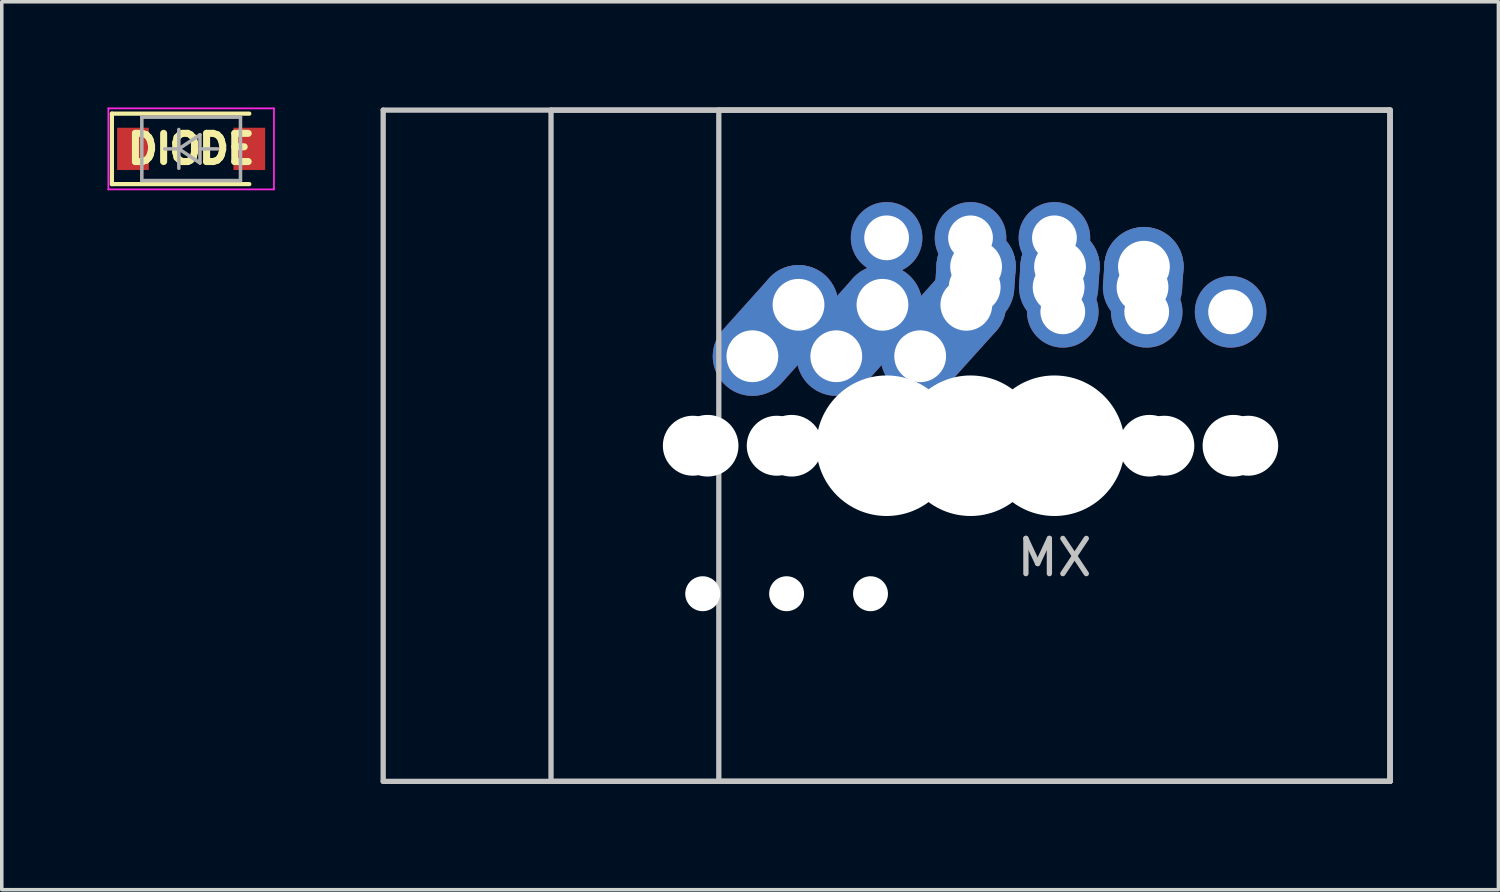
<source format=kicad_pcb>
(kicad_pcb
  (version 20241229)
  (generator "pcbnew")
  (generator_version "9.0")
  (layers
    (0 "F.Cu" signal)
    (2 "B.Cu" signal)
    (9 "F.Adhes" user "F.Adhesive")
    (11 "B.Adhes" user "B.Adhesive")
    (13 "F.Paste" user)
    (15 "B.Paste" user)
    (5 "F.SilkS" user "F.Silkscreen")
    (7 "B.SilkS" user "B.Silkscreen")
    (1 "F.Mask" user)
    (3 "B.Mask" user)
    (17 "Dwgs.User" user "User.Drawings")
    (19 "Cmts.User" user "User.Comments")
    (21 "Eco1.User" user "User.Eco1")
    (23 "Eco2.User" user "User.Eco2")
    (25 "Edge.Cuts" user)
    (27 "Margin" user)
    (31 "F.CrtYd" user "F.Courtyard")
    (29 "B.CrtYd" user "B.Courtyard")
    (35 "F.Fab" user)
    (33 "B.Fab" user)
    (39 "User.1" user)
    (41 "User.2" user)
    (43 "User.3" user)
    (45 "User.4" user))
  (footprint "DIODE"
    (layer "F.Cu")
    (at 2.375 1.175)
    (property "Reference" "DIODE" (at 0 0 0) (layer "F.SilkS") (effects (font (size 0.8 0.8) (thickness 0.2))))
    (attr smd)
    (fp_line (start -2.25 -1) (end -2.25 1) (stroke (width 0.12) (type solid)) (layer "F.SilkS"))
    (fp_line (start -2.25 -1) (end 1.65 -1) (stroke (width 0.12) (type solid)) (layer "F.SilkS"))
    (fp_line (start -2.25 1) (end 1.65 1) (stroke (width 0.12) (type solid)) (layer "F.SilkS"))
    (fp_line (start -2.35 -1.15) (end -2.35 1.15) (stroke (width 0.05) (type solid)) (layer "F.CrtYd"))
    (fp_line (start -2.35 -1.15) (end 2.35 -1.15) (stroke (width 0.05) (type solid)) (layer "F.CrtYd"))
    (fp_line (start 2.35 -1.15) (end 2.35 1.15) (stroke (width 0.05) (type solid)) (layer "F.CrtYd"))
    (fp_line (start 2.35 1.15) (end -2.35 1.15) (stroke (width 0.05) (type solid)) (layer "F.CrtYd"))
    (fp_line (start -1.4 -0.9) (end 1.4 -0.9) (stroke (width 0.1) (type solid)) (layer "F.Fab"))
    (fp_line (start -1.4 0.9) (end -1.4 -0.9) (stroke (width 0.1) (type solid)) (layer "F.Fab"))
    (fp_line (start -0.75 0) (end -0.35 0) (stroke (width 0.1) (type solid)) (layer "F.Fab"))
    (fp_line (start -0.35 0) (end -0.35 -0.55) (stroke (width 0.1) (type solid)) (layer "F.Fab"))
    (fp_line (start -0.35 0) (end -0.35 0.55) (stroke (width 0.1) (type solid)) (layer "F.Fab"))
    (fp_line (start -0.35 0) (end 0.25 -0.4) (stroke (width 0.1) (type solid)) (layer "F.Fab"))
    (fp_line (start 0.25 -0.4) (end 0.25 0.4) (stroke (width 0.1) (type solid)) (layer "F.Fab"))
    (fp_line (start 0.25 0) (end 0.75 0) (stroke (width 0.1) (type solid)) (layer "F.Fab"))
    (fp_line (start 0.25 0.4) (end -0.35 0) (stroke (width 0.1) (type solid)) (layer "F.Fab"))
    (fp_line (start 1.4 -0.9) (end 1.4 0.9) (stroke (width 0.1) (type solid)) (layer "F.Fab"))
    (fp_line (start 1.4 0.9) (end -1.4 0.9) (stroke (width 0.1) (type solid)) (layer "F.Fab"))
    (fp_text user " " (at 0 2.1 0) (layer "F.Fab") (effects (font (size 1 1) (thickness 0.15))))
    (pad "1" smd rect (at -1.65 0) (size 0.9 1.2) (layers "F.Cu" "F.Mask" "F.Paste"))
    (pad "2" smd rect (at 1.65 0) (size 0.9 1.2) (layers "F.Cu" "F.Mask" "F.Paste")))
  (footprint "MX"
    (layer "F.Cu")
    (at 26.875 9.6)
    (property "Reference" "MX" (at 0 3.175 0) (layer "Dwgs.User") (effects (font (size 1 1) (thickness 0.15))))
    (attr through_hole)
    (fp_line (start -19.05 -9.525) (end 9.525 -9.525) (stroke (width 0.15) (type solid)) (layer "Dwgs.User"))
    (fp_line (start -19.05 9.525) (end -19.05 -9.525) (stroke (width 0.15) (type solid)) (layer "Dwgs.User"))
    (fp_line (start -14.287 -9.525) (end 9.525 -9.525) (stroke (width 0.15) (type solid)) (layer "Dwgs.User"))
    (fp_line (start -14.287 9.525) (end -14.287 -9.525) (stroke (width 0.15) (type solid)) (layer "Dwgs.User"))
    (fp_line (start -9.525 -9.525) (end 9.525 -9.525) (stroke (width 0.15) (type solid)) (layer "Dwgs.User"))
    (fp_line (start -9.525 9.525) (end -9.525 -9.525) (stroke (width 0.15) (type solid)) (layer "Dwgs.User"))
    (fp_line (start 9.525 -9.525) (end 9.525 9.525) (stroke (width 0.15) (type solid)) (layer "Dwgs.User"))
    (fp_line (start 9.525 -9.525) (end 9.525 9.525) (stroke (width 0.15) (type solid)) (layer "Dwgs.User"))
    (fp_line (start 9.525 -9.525) (end 9.525 9.525) (stroke (width 0.15) (type solid)) (layer "Dwgs.User"))
    (fp_line (start 9.525 9.525) (end -19.05 9.525) (stroke (width 0.15) (type solid)) (layer "Dwgs.User"))
    (fp_line (start 9.525 9.525) (end -14.287 9.525) (stroke (width 0.15) (type solid)) (layer "Dwgs.User"))
    (fp_line (start 9.525 9.525) (end -9.525 9.525) (stroke (width 0.15) (type solid)) (layer "Dwgs.User"))
    (pad "" np_thru_hole circle (at -10.262 0) (size 1.702 1.702) (drill 1.702) (layers "*.Cu" "*.Mask"))
    (pad "" np_thru_hole circle (at -9.982 4.2 180) (size 0.991 0.991) (drill 0.991) (layers "*.Cu" "*.Mask"))
    (pad "" np_thru_hole circle (at -9.842 0 48.1) (size 1.75 1.75) (drill 1.75) (layers "*.Cu" "*.Mask"))
    (pad "" np_thru_hole circle (at -7.881 0) (size 1.702 1.702) (drill 1.702) (layers "*.Cu" "*.Mask"))
    (pad "" np_thru_hole circle (at -7.601 4.2 180) (size 0.991 0.991) (drill 0.991) (layers "*.Cu" "*.Mask"))
    (pad "" np_thru_hole circle (at -7.461 0 48.1) (size 1.75 1.75) (drill 1.75) (layers "*.Cu" "*.Mask"))
    (pad "" np_thru_hole circle (at -5.5 0) (size 1.702 1.702) (drill 1.702) (layers "*.Cu" "*.Mask"))
    (pad "" np_thru_hole circle (at -5.22 4.2 180) (size 0.991 0.991) (drill 0.991) (layers "*.Cu" "*.Mask"))
    (pad "" np_thru_hole circle (at -5.08 0 48.1) (size 1.75 1.75) (drill 1.75) (layers "*.Cu" "*.Mask"))
    (pad "" np_thru_hole circle (at -4.763 0) (size 3.988 3.988) (drill 3.988) (layers "*.Cu" "*.Mask"))
    (pad "" np_thru_hole circle (at -2.381 0) (size 3.988 3.988) (drill 3.988) (layers "*.Cu" "*.Mask"))
    (pad "" np_thru_hole circle (at 0 0) (size 3.988 3.988) (drill 3.988) (layers "*.Cu" "*.Mask"))
    (pad "" np_thru_hole circle (at 0.318 0 48.1) (size 1.75 1.75) (drill 1.75) (layers "*.Cu" "*.Mask"))
    (pad "" np_thru_hole circle (at 0.738 0) (size 1.702 1.702) (drill 1.702) (layers "*.Cu" "*.Mask"))
    (pad "" np_thru_hole circle (at 2.699 0 48.1) (size 1.75 1.75) (drill 1.75) (layers "*.Cu" "*.Mask"))
    (pad "" np_thru_hole circle (at 3.119 0) (size 1.702 1.702) (drill 1.702) (layers "*.Cu" "*.Mask"))
    (pad "" np_thru_hole circle (at 5.08 0 48.1) (size 1.75 1.75) (drill 1.75) (layers "*.Cu" "*.Mask"))
    (pad "" np_thru_hole circle (at 5.5 0) (size 1.702 1.702) (drill 1.702) (layers "*.Cu" "*.Mask"))
    (pad "1" thru_hole oval (at -8.572 -2.54 48.1) (size 4.212 2.25) (drill 1.47 (offset 0.981 0)) (layers "*.Cu" "B.Mask"))
    (pad "1" thru_hole circle (at -7.263 -4) (size 2.25 2.25) (drill 1.47) (layers "*.Cu" "B.Mask"))
    (pad "1" thru_hole oval (at -6.191 -2.54 48.1) (size 4.212 2.25) (drill 1.47 (offset 0.981 0)) (layers "*.Cu" "B.Mask"))
    (pad "1" thru_hole circle (at -4.881 -4) (size 2.25 2.25) (drill 1.47) (layers "*.Cu" "B.Mask"))
    (pad "1" thru_hole circle (at -4.763 -5.9 180) (size 2.032 2.032) (drill 1.27) (layers "*.Cu" "*.Mask"))
    (pad "1" thru_hole oval (at -3.81 -2.54 48) (size 4.212 2.25) (drill 1.47 (offset 0.981 0)) (layers "*.Cu" "*.Mask"))
    (pad "1" thru_hole circle (at -2.5 -4) (size 2.25 2.25) (drill 1.47) (layers "*.Cu" "*.Mask"))
    (pad "1" thru_hole circle (at -2.381 -5.9 180) (size 2.032 2.032) (drill 1.27) (layers "*.Cu" "*.Mask"))
    (pad "1" thru_hole circle (at 0 -5.9 180) (size 2.032 2.032) (drill 1.27) (layers "*.Cu" "*.Mask"))
    (pad "2" thru_hole oval (at -2.263 -4.5 86.055) (size 2.831 2.25) (drill 1.47 (offset 0.291 0)) (layers "*.Cu" "B.Mask"))
    (pad "2" thru_hole circle (at -2.223 -5.08) (size 2.25 2.25) (drill 1.47) (layers "*.Cu" "B.Mask"))
    (pad "2" thru_hole oval (at 0.119 -4.5 86.055) (size 2.831 2.25) (drill 1.47 (offset 0.291 0)) (layers "*.Cu" "B.Mask"))
    (pad "2" thru_hole circle (at 0.159 -5.08) (size 2.25 2.25) (drill 1.47) (layers "*.Cu" "B.Mask"))
    (pad "2" thru_hole circle (at 0.237 -3.8 180) (size 2.032 2.032) (drill 1.27) (layers "*.Cu" "*.Mask"))
    (pad "2" thru_hole oval (at 2.5 -4.5 86) (size 2.831 2.25) (drill 1.47 (offset 0.291 0)) (layers "*.Cu" "*.Mask"))
    (pad "2" thru_hole circle (at 2.54 -5.08) (size 2.25 2.25) (drill 1.47) (layers "*.Cu" "*.Mask"))
    (pad "2" thru_hole circle (at 2.619 -3.8 180) (size 2.032 2.032) (drill 1.27) (layers "*.Cu" "*.Mask"))
    (pad "2" thru_hole circle (at 5 -3.8 180) (size 2.032 2.032) (drill 1.27) (layers "*.Cu" "*.Mask")))
  (gr_rect
    (start -3 -3)
    (end 39.475 22.2)
    (stroke (width 0.1) (type default))
    (fill no)
    (layer "Edge.Cuts")))
</source>
